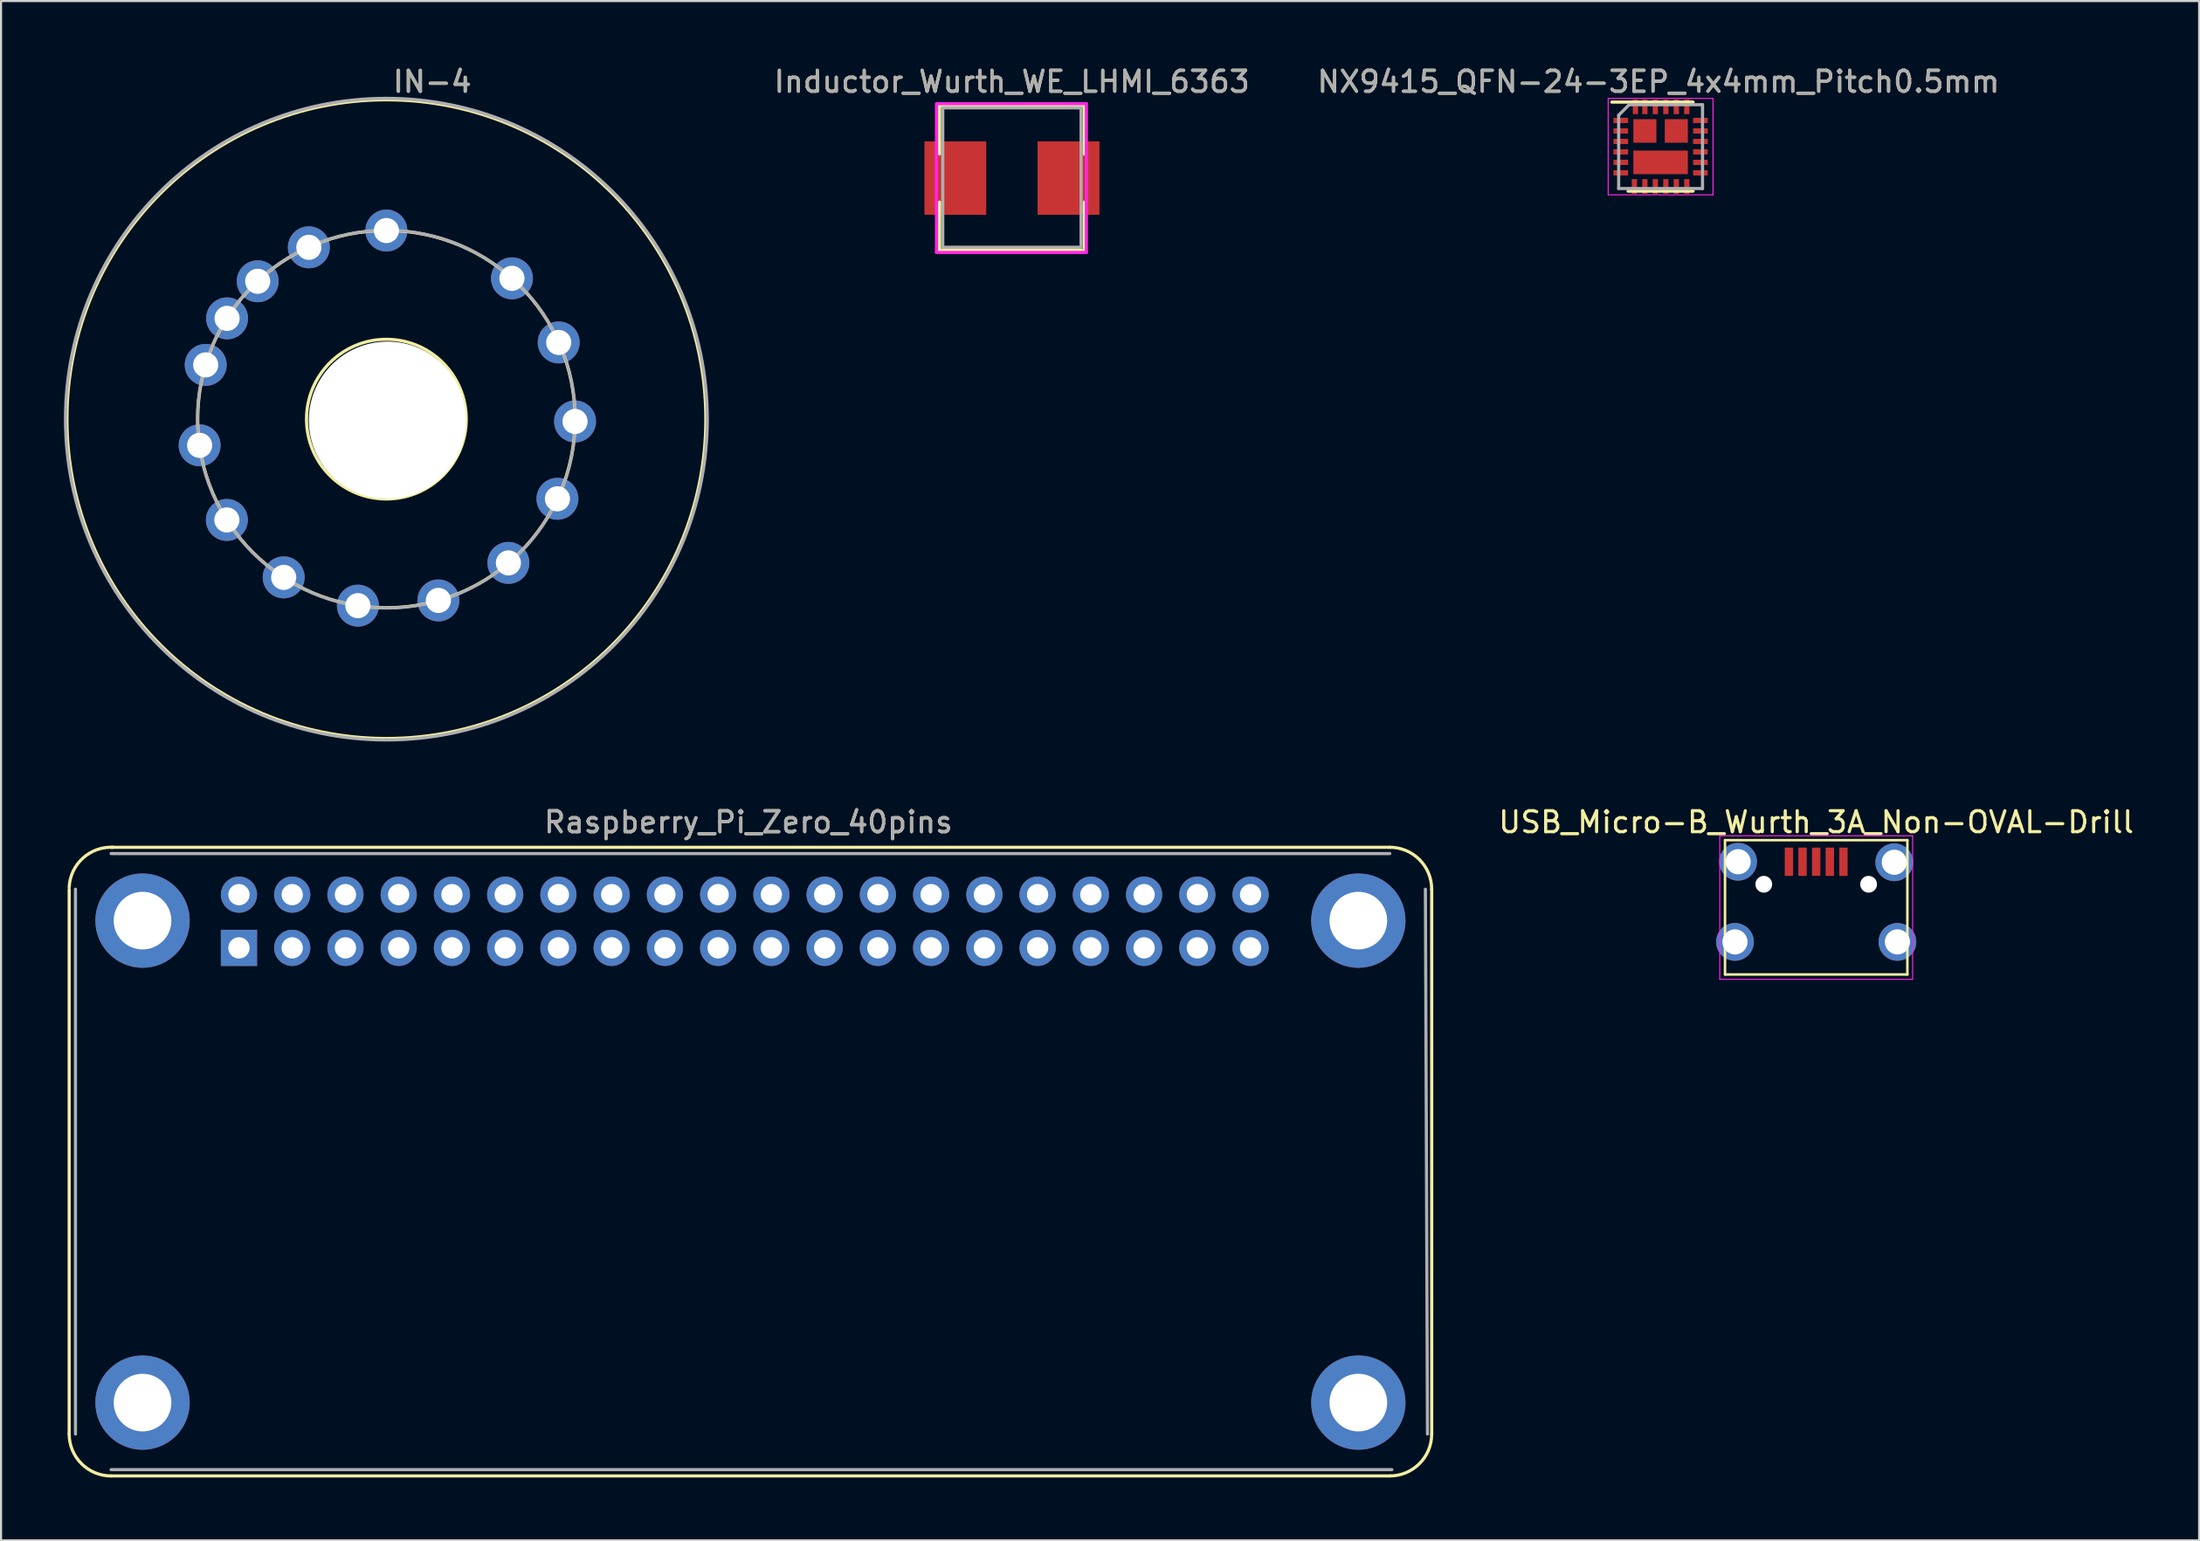
<source format=kicad_pcb>
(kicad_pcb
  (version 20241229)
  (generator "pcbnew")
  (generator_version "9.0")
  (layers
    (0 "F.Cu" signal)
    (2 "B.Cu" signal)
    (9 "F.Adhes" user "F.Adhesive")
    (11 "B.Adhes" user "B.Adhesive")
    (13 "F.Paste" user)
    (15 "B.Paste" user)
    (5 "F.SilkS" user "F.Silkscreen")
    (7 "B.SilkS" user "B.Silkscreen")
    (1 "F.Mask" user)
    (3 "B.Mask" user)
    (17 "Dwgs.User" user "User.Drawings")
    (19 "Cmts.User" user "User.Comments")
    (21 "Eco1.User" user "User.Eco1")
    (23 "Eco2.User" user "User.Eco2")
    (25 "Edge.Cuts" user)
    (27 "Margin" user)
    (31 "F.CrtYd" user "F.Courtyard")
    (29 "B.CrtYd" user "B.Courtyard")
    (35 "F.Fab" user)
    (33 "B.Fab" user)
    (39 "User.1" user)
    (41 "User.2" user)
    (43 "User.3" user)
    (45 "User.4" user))
  (footprint "NX9415_QFN-24-3EP_4x4mm_Pitch0.5mm"
    (layer "F.Cu")
    (at 76.17 3.948)
    (property "Reference" "NX9415_QFN-24-3EP_4x4mm_Pitch0.5mm" (at -0.1 -3.1 0) (layer "F.SilkS") (effects (font (size 1 1) (thickness 0.15))))
    (attr smd)
    (fp_line (start -2.325 -2.125) (end 1.55 -2.125) (stroke (width 0.15) (type solid)) (layer "F.SilkS"))
    (fp_line (start -1.55 2.125) (end 1.55 2.125) (stroke (width 0.15) (type solid)) (layer "F.SilkS"))
    (fp_line (start -2.5 -2.3) (end -2.5 2.3) (stroke (width 0.05) (type solid)) (layer "F.CrtYd"))
    (fp_line (start -2.5 -2.3) (end 2.5 -2.3) (stroke (width 0.05) (type solid)) (layer "F.CrtYd"))
    (fp_line (start -2.5 2.3) (end 2.5 2.3) (stroke (width 0.05) (type solid)) (layer "F.CrtYd"))
    (fp_line (start 2.5 -2.3) (end 2.5 2.3) (stroke (width 0.05) (type solid)) (layer "F.CrtYd"))
    (fp_line (start -2 -1.5) (end -1.5 -2) (stroke (width 0.15) (type solid)) (layer "F.Fab"))
    (fp_line (start -2 2) (end -2 -1.5) (stroke (width 0.15) (type solid)) (layer "F.Fab"))
    (fp_line (start -1.5 -2) (end 2 -2) (stroke (width 0.15) (type solid)) (layer "F.Fab"))
    (fp_line (start 2 -2) (end 2 2) (stroke (width 0.15) (type solid)) (layer "F.Fab"))
    (fp_line (start 2 2) (end -2 2) (stroke (width 0.15) (type solid)) (layer "F.Fab"))
    (fp_text user "" (at 3.5 -3.15 0) (layer "F.SilkS") (effects (font (size 1 1) (thickness 0.15))))
    (fp_text user "${REFERENCE}" (at -0.1 -3.1 0) (layer "F.Fab") (effects (font (size 1 1) (thickness 0.15))))
    (pad "1" smd rect (at -1.9 -1.25) (size 0.7 0.25) (layers "F.Cu" "F.Mask" "F.Paste"))
    (pad "2" smd rect (at -1.9 -0.75) (size 0.7 0.25) (layers "F.Cu" "F.Mask" "F.Paste"))
    (pad "3" smd rect (at -1.9 -0.25) (size 0.7 0.25) (layers "F.Cu" "F.Mask" "F.Paste"))
    (pad "4" smd rect (at -1.9 0.25) (size 0.7 0.25) (layers "F.Cu" "F.Mask" "F.Paste"))
    (pad "5" smd rect (at -1.9 0.75) (size 0.7 0.25) (layers "F.Cu" "F.Mask" "F.Paste"))
    (pad "6" smd rect (at -1.9 1.25) (size 0.7 0.25) (layers "F.Cu" "F.Mask" "F.Paste"))
    (pad "7" smd rect (at -1.25 1.9) (size 0.25 0.7) (layers "F.Cu" "F.Mask" "F.Paste"))
    (pad "8" smd rect (at -0.75 1.9) (size 0.25 0.7) (layers "F.Cu" "F.Mask" "F.Paste"))
    (pad "9" smd rect (at -0.25 1.9) (size 0.25 0.7) (layers "F.Cu" "F.Mask" "F.Paste"))
    (pad "10" smd rect (at 0.25 1.9) (size 0.25 0.7) (layers "F.Cu" "F.Mask" "F.Paste"))
    (pad "11" smd rect (at 0.75 1.9) (size 0.25 0.7) (layers "F.Cu" "F.Mask" "F.Paste"))
    (pad "12" smd rect (at 1.25 1.9) (size 0.25 0.7) (layers "F.Cu" "F.Mask" "F.Paste"))
    (pad "13" smd rect (at 1.9 1.25) (size 0.7 0.25) (layers "F.Cu" "F.Mask" "F.Paste"))
    (pad "14" smd rect (at 1.9 0.75) (size 0.7 0.25) (layers "F.Cu" "F.Mask" "F.Paste"))
    (pad "15" smd rect (at 1.9 0.25) (size 0.7 0.25) (layers "F.Cu" "F.Mask" "F.Paste"))
    (pad "16" smd rect (at 1.9 -0.25) (size 0.7 0.25) (layers "F.Cu" "F.Mask" "F.Paste"))
    (pad "17" smd rect (at 1.9 -0.75) (size 0.7 0.25) (layers "F.Cu" "F.Mask" "F.Paste"))
    (pad "18" smd rect (at 1.9 -1.25) (size 0.7 0.25) (layers "F.Cu" "F.Mask" "F.Paste"))
    (pad "19" smd rect (at 1.25 -1.9) (size 0.25 0.7) (layers "F.Cu" "F.Mask" "F.Paste"))
    (pad "20" smd rect (at 0.75 -1.9) (size 0.25 0.7) (layers "F.Cu" "F.Mask" "F.Paste"))
    (pad "21" smd rect (at 0.25 -1.9) (size 0.25 0.7) (layers "F.Cu" "F.Mask" "F.Paste"))
    (pad "22" smd rect (at -0.25 -1.9) (size 0.25 0.7) (layers "F.Cu" "F.Mask" "F.Paste"))
    (pad "23" smd rect (at -0.75 -1.9) (size 0.25 0.7) (layers "F.Cu" "F.Mask" "F.Paste"))
    (pad "24" smd rect (at -1.2 -1.9) (size 0.25 0.7) (layers "F.Cu" "F.Mask" "F.Paste"))
    (pad "PAD1" smd rect (at 0.75 -0.75) (size 1.1 1.125) (layers "F.Cu" "F.Mask" "F.Paste"))
    (pad "PAD2" smd rect (at -0.75 -0.75) (size 1.1 1.125) (layers "F.Cu" "F.Mask" "F.Paste"))
    (pad "PAD3" smd rect (at 0 0.75) (size 2.6 1.125) (layers "F.Cu" "F.Mask" "F.Paste")))
  (footprint "Inductor_Wurth_WE_LHMI_6363"
    (layer "F.Cu")
    (at 45.225 5.448)
    (property "Reference" "Inductor_Wurth_WE_LHMI_6363" (at 0 -4.6 0) (layer "F.SilkS") (effects (font (size 1 1) (thickness 0.15))))
    (attr smd)
    (fp_line (start -3.5 3.45) (end 0.3 3.45) (stroke (width 0.15) (type solid)) (layer "F.SilkS"))
    (fp_line (start -3.45 -3.45) (end 0.35 -3.45) (stroke (width 0.15) (type solid)) (layer "F.SilkS"))
    (fp_line (start -3.45 -1.15) (end -3.45 -3.45) (stroke (width 0.15) (type solid)) (layer "F.SilkS"))
    (fp_line (start -3.45 1.15) (end -3.45 3.45) (stroke (width 0.15) (type solid)) (layer "F.SilkS"))
    (fp_line (start 3.45 -3.45) (end -0.35 -3.45) (stroke (width 0.15) (type solid)) (layer "F.SilkS"))
    (fp_line (start 3.45 -1.15) (end 3.45 -3.45) (stroke (width 0.15) (type solid)) (layer "F.SilkS"))
    (fp_line (start 3.45 1.15) (end 3.45 3.45) (stroke (width 0.15) (type solid)) (layer "F.SilkS"))
    (fp_line (start 3.45 3.45) (end -0.35 3.45) (stroke (width 0.15) (type solid)) (layer "F.SilkS"))
    (fp_line (start -3.6 -3.55) (end 3.55 -3.55) (stroke (width 0.15) (type solid)) (layer "F.CrtYd"))
    (fp_line (start -3.6 3.55) (end -3.6 -3.5) (stroke (width 0.15) (type solid)) (layer "F.CrtYd"))
    (fp_line (start 3.55 -3.55) (end 3.55 3.55) (stroke (width 0.15) (type solid)) (layer "F.CrtYd"))
    (fp_line (start 3.55 3.55) (end -3.6 3.55) (stroke (width 0.15) (type solid)) (layer "F.CrtYd"))
    (fp_line (start -3.3 -3.3) (end -3.3 3.3) (stroke (width 0.15) (type solid)) (layer "F.Fab"))
    (fp_line (start -3.3 3.3) (end 3.3 3.3) (stroke (width 0.15) (type solid)) (layer "F.Fab"))
    (fp_line (start 3.3 -3.35) (end -3.3 -3.35) (stroke (width 0.15) (type solid)) (layer "F.Fab"))
    (fp_line (start 3.3 -3.3) (end 3.3 3.25) (stroke (width 0.15) (type solid)) (layer "F.Fab"))
    (fp_text user "${REFERENCE}" (at 0 -4.6 0) (layer "F.Fab") (effects (font (size 1 1) (thickness 0.15))))
    (pad "1" smd rect (at -2.7 0) (size 2.95 3.5) (layers "F.Cu" "F.Mask" "F.Paste"))
    (pad "2" smd rect (at 2.7 0) (size 2.95 3.5) (layers "F.Cu" "F.Mask" "F.Paste")))
  (footprint "IN-4"
    (layer "F.Cu")
    (at 15.383 16.952)
    (property "Reference" "IN-4" (at 2.184 -16.104 0) (layer "F.SilkS") (effects (font (size 1 1) (thickness 0.15))))
    (attr through_hole)
    (fp_circle (center 0 0) (end -3.81 0) (stroke (width 0.15) (type solid)) (fill no) (layer "F.SilkS"))
    (fp_circle (center 0 0) (end 0 -9) (stroke (width 0.15) (type solid)) (fill no) (layer "F.SilkS"))
    (fp_circle (center 0 0) (end 15.24 0) (stroke (width 0.15) (type solid)) (fill no) (layer "F.SilkS"))
    (fp_circle (center 0 0) (end 9 0.5) (stroke (width 0.15) (type solid)) (fill no) (layer "F.Fab"))
    (fp_circle (center 0 0) (end 15.3 0.5) (stroke (width 0.15) (type solid)) (fill no) (layer "F.Fab"))
    (fp_text user "${REFERENCE}" (at 2.2 -16.1 0) (layer "F.Fab") (effects (font (size 1 1) (thickness 0.15))))
    (pad "" np_thru_hole circle (at 0.05 0.05) (size 7.5 7.5) (drill 7.5) (layers "*.Cu" "*.Mask"))
    (pad "1" thru_hole circle (at 0 -9 180) (size 2 2) (drill 1.2) (layers "*.Cu" "*.Mask"))
    (pad "2" thru_hole circle (at -3.7 -8.2 180) (size 2 2) (drill 1.2) (layers "*.Cu" "*.Mask"))
    (pad "3" thru_hole circle (at -6.14 -6.58 180) (size 2 2) (drill 1.2) (layers "*.Cu" "*.Mask"))
    (pad "4" thru_hole circle (at -8.62 -2.59 180) (size 2 2) (drill 1.2) (layers "*.Cu" "*.Mask"))
    (pad "5" thru_hole circle (at -8.91 1.25 180) (size 2 2) (drill 1.2) (layers "*.Cu" "*.Mask"))
    (pad "6" thru_hole circle (at -7.61 4.81 180) (size 2 2) (drill 1.2) (layers "*.Cu" "*.Mask"))
    (pad "6" thru_hole circle (at -7.6 -4.81 180) (size 2 2) (drill 1.2) (layers "*.Cu" "*.Mask"))
    (pad "7" thru_hole circle (at -4.9 7.55 180) (size 2 2) (drill 1.2) (layers "*.Cu" "*.Mask"))
    (pad "8" thru_hole circle (at -1.36 8.9 180) (size 2 2) (drill 1.2) (layers "*.Cu" "*.Mask"))
    (pad "9" thru_hole circle (at 2.48 8.65 180) (size 2 2) (drill 1.2) (layers "*.Cu" "*.Mask"))
    (pad "10" thru_hole circle (at 5.82 6.86 180) (size 2 2) (drill 1.2) (layers "*.Cu" "*.Mask"))
    (pad "11" thru_hole circle (at 8.16 3.8 180) (size 2 2) (drill 1.2) (layers "*.Cu" "*.Mask"))
    (pad "12" thru_hole circle (at 9 0.11 180) (size 2 2) (drill 1.2) (layers "*.Cu" "*.Mask"))
    (pad "13" thru_hole circle (at 8.22 -3.66 180) (size 2 2) (drill 1.2) (layers "*.Cu" "*.Mask"))
    (pad "14" thru_hole circle (at 5.99 -6.72 180) (size 2 2) (drill 1.2) (layers "*.Cu" "*.Mask")))
  (footprint "Raspberry_Pi_Zero_40pins"
    (layer "F.Cu")
    (at 0.25 37.383)
    (property "Reference" "Raspberry_Pi_Zero_40pins" (at 32.4 -1.2 0) (layer "F.SilkS") (effects (font (size 1 1) (thickness 0.15))))
    (attr through_hole)
    (fp_line (start 0 2) (end 0 28) (stroke (width 0.15) (type solid)) (layer "F.SilkS"))
    (fp_line (start 2 0) (end 63 0) (stroke (width 0.15) (type solid)) (layer "F.SilkS"))
    (fp_line (start 2 30) (end 63 30) (stroke (width 0.15) (type solid)) (layer "F.SilkS"))
    (fp_line (start 65 2) (end 65 28) (stroke (width 0.15) (type solid)) (layer "F.SilkS"))
    (fp_arc (start 0 1.9) (mid 0.656497 0.515076) (end 2.1 0) (stroke (width 0.15) (type solid)) (layer "F.SilkS"))
    (fp_arc (start 2 30) (mid 0.585786 29.414214) (end 0 28) (stroke (width 0.15) (type solid)) (layer "F.SilkS"))
    (fp_arc (start 63 0) (mid 64.414214 0.585786) (end 65 2) (stroke (width 0.15) (type solid)) (layer "F.SilkS"))
    (fp_arc (start 65 28) (mid 64.414214 29.414214) (end 63 30) (stroke (width 0.15) (type solid)) (layer "F.SilkS"))
    (fp_line (start 0.3 2) (end 0.3 28) (stroke (width 0.15) (type solid)) (layer "F.Fab"))
    (fp_line (start 2 29.7) (end 63.1 29.7) (stroke (width 0.15) (type solid)) (layer "F.Fab"))
    (fp_line (start 63 0.3) (end 2 0.3) (stroke (width 0.15) (type solid)) (layer "F.Fab"))
    (fp_line (start 64.8 28) (end 64.7 2) (stroke (width 0.15) (type solid)) (layer "F.Fab"))
    (fp_text user "${REFERENCE}" (at 32.4 -1.2 0) (layer "F.Fab") (effects (font (size 1 1) (thickness 0.15))))
    (pad "1" thru_hole rect (at 8.1 4.8) (size 1.727 1.727) (drill 1.016) (layers "*.Cu" "*.Mask"))
    (pad "2" thru_hole oval (at 8.1 2.26) (size 1.727 1.727) (drill 1.016) (layers "*.Cu" "*.Mask"))
    (pad "3" thru_hole oval (at 10.64 4.8) (size 1.727 1.727) (drill 1.016) (layers "*.Cu" "*.Mask"))
    (pad "4" thru_hole oval (at 10.64 2.26) (size 1.727 1.727) (drill 1.016) (layers "*.Cu" "*.Mask"))
    (pad "5" thru_hole oval (at 13.18 4.8) (size 1.727 1.727) (drill 1.016) (layers "*.Cu" "*.Mask"))
    (pad "6" thru_hole oval (at 13.18 2.26) (size 1.727 1.727) (drill 1.016) (layers "*.Cu" "*.Mask"))
    (pad "7" thru_hole oval (at 15.72 4.8) (size 1.727 1.727) (drill 1.016) (layers "*.Cu" "*.Mask"))
    (pad "8" thru_hole oval (at 15.72 2.26) (size 1.727 1.727) (drill 1.016) (layers "*.Cu" "*.Mask"))
    (pad "9" thru_hole oval (at 18.26 4.8) (size 1.727 1.727) (drill 1.016) (layers "*.Cu" "*.Mask"))
    (pad "10" thru_hole oval (at 18.26 2.26) (size 1.727 1.727) (drill 1.016) (layers "*.Cu" "*.Mask"))
    (pad "11" thru_hole oval (at 20.8 4.8) (size 1.727 1.727) (drill 1.016) (layers "*.Cu" "*.Mask"))
    (pad "12" thru_hole oval (at 20.8 2.26) (size 1.727 1.727) (drill 1.016) (layers "*.Cu" "*.Mask"))
    (pad "13" thru_hole oval (at 23.34 4.8) (size 1.727 1.727) (drill 1.016) (layers "*.Cu" "*.Mask"))
    (pad "14" thru_hole oval (at 23.34 2.26) (size 1.727 1.727) (drill 1.016) (layers "*.Cu" "*.Mask"))
    (pad "15" thru_hole oval (at 25.88 4.8) (size 1.727 1.727) (drill 1.016) (layers "*.Cu" "*.Mask"))
    (pad "16" thru_hole oval (at 25.88 2.26) (size 1.727 1.727) (drill 1.016) (layers "*.Cu" "*.Mask"))
    (pad "17" thru_hole oval (at 28.42 4.8) (size 1.727 1.727) (drill 1.016) (layers "*.Cu" "*.Mask"))
    (pad "18" thru_hole oval (at 28.42 2.26) (size 1.727 1.727) (drill 1.016) (layers "*.Cu" "*.Mask"))
    (pad "19" thru_hole oval (at 30.96 4.8) (size 1.727 1.727) (drill 1.016) (layers "*.Cu" "*.Mask"))
    (pad "20" thru_hole oval (at 30.96 2.26) (size 1.727 1.727) (drill 1.016) (layers "*.Cu" "*.Mask"))
    (pad "21" thru_hole oval (at 33.5 4.8) (size 1.727 1.727) (drill 1.016) (layers "*.Cu" "*.Mask"))
    (pad "22" thru_hole oval (at 33.5 2.26) (size 1.727 1.727) (drill 1.016) (layers "*.Cu" "*.Mask"))
    (pad "23" thru_hole oval (at 36.04 4.8) (size 1.727 1.727) (drill 1.016) (layers "*.Cu" "*.Mask"))
    (pad "24" thru_hole oval (at 36.04 2.26) (size 1.727 1.727) (drill 1.016) (layers "*.Cu" "*.Mask"))
    (pad "25" thru_hole oval (at 38.58 4.8) (size 1.727 1.727) (drill 1.016) (layers "*.Cu" "*.Mask"))
    (pad "26" thru_hole oval (at 38.58 2.26) (size 1.727 1.727) (drill 1.016) (layers "*.Cu" "*.Mask"))
    (pad "27" thru_hole oval (at 41.12 4.8) (size 1.727 1.727) (drill 1.016) (layers "*.Cu" "*.Mask"))
    (pad "28" thru_hole oval (at 41.12 2.26) (size 1.727 1.727) (drill 1.016) (layers "*.Cu" "*.Mask"))
    (pad "29" thru_hole oval (at 43.66 4.8) (size 1.727 1.727) (drill 1.016) (layers "*.Cu" "*.Mask"))
    (pad "30" thru_hole oval (at 43.66 2.26) (size 1.727 1.727) (drill 1.016) (layers "*.Cu" "*.Mask"))
    (pad "31" thru_hole oval (at 46.2 4.8) (size 1.727 1.727) (drill 1.016) (layers "*.Cu" "*.Mask"))
    (pad "32" thru_hole oval (at 46.2 2.26) (size 1.727 1.727) (drill 1.016) (layers "*.Cu" "*.Mask"))
    (pad "33" thru_hole oval (at 48.74 4.8) (size 1.727 1.727) (drill 1.016) (layers "*.Cu" "*.Mask"))
    (pad "34" thru_hole oval (at 48.74 2.26) (size 1.727 1.727) (drill 1.016) (layers "*.Cu" "*.Mask"))
    (pad "35" thru_hole oval (at 51.28 4.8) (size 1.727 1.727) (drill 1.016) (layers "*.Cu" "*.Mask"))
    (pad "36" thru_hole oval (at 51.28 2.26) (size 1.727 1.727) (drill 1.016) (layers "*.Cu" "*.Mask"))
    (pad "37" thru_hole oval (at 53.82 4.8) (size 1.727 1.727) (drill 1.016) (layers "*.Cu" "*.Mask"))
    (pad "38" thru_hole oval (at 53.82 2.26) (size 1.727 1.727) (drill 1.016) (layers "*.Cu" "*.Mask"))
    (pad "39" thru_hole oval (at 56.36 4.8) (size 1.727 1.727) (drill 1.016) (layers "*.Cu" "*.Mask"))
    (pad "40" thru_hole oval (at 56.36 2.26) (size 1.727 1.727) (drill 1.016) (layers "*.Cu" "*.Mask"))
    (pad "41" thru_hole circle (at 3.5 3.5) (size 4.5 4.5) (drill 2.75) (layers "*.Cu" "*.Mask"))
    (pad "42" thru_hole circle (at 3.5 26.5) (size 4.5 4.5) (drill 2.75) (layers "*.Cu" "*.Mask"))
    (pad "43" thru_hole circle (at 61.5 26.5) (size 4.5 4.5) (drill 2.75) (layers "*.Cu" "*.Mask"))
    (pad "44" thru_hole circle (at 61.5 3.5) (size 4.5 4.5) (drill 2.75) (layers "*.Cu" "*.Mask")))
  (footprint "USB_Micro-B_Wurth_3A_Non-OVAL-Drill"
    (layer "F.Cu")
    (at 83.593 39.423)
    (property "Reference" "USB_Micro-B_Wurth_3A_Non-OVAL-Drill" (at 0 -3.24 0) (layer "F.SilkS") (effects (font (size 1 1) (thickness 0.15))))
    (attr smd)
    (fp_line (start -4.35 -2.38) (end 4.35 -2.38) (stroke (width 0.12) (type solid)) (layer "F.SilkS"))
    (fp_line (start -4.35 4.03) (end -4.35 -2.38) (stroke (width 0.12) (type solid)) (layer "F.SilkS"))
    (fp_line (start -4.35 4.03) (end 4.35 4.03) (stroke (width 0.12) (type solid)) (layer "F.SilkS"))
    (fp_line (start 4.35 -2.38) (end 4.35 4.03) (stroke (width 0.12) (type solid)) (layer "F.SilkS"))
    (fp_line (start -4.6 -2.59) (end 4.6 -2.59) (stroke (width 0.05) (type solid)) (layer "F.CrtYd"))
    (fp_line (start -4.6 4.26) (end -4.6 -2.59) (stroke (width 0.05) (type solid)) (layer "F.CrtYd"))
    (fp_line (start 4.6 -2.59) (end 4.6 4.26) (stroke (width 0.05) (type solid)) (layer "F.CrtYd"))
    (fp_line (start 4.6 4.26) (end -4.6 4.26) (stroke (width 0.05) (type solid)) (layer "F.CrtYd"))
    (pad "" np_thru_hole circle (at -2.5 -0.275) (size 0.8 0.8) (drill 0.8) (layers "*.Cu"))
    (pad "" np_thru_hole circle (at 2.5 -0.275) (size 0.8 0.8) (drill 0.8) (layers "*.Cu"))
    (pad "1" smd rect (at -1.3 -1.35 90) (size 1.35 0.4) (layers "F.Cu" "F.Mask" "F.Paste"))
    (pad "2" smd rect (at -0.65 -1.35 90) (size 1.35 0.4) (layers "F.Cu" "F.Mask" "F.Paste"))
    (pad "3" smd rect (at 0 -1.35 90) (size 1.35 0.4) (layers "F.Cu" "F.Mask" "F.Paste"))
    (pad "4" smd rect (at 0.65 -1.35 90) (size 1.35 0.4) (layers "F.Cu" "F.Mask" "F.Paste"))
    (pad "5" smd rect (at 1.3 -1.35 90) (size 1.35 0.4) (layers "F.Cu" "F.Mask" "F.Paste"))
    (pad "6" thru_hole circle (at -3.875 2.475 90) (size 1.8 1.8) (drill 1.2) (layers "*.Cu" "*.Mask"))
    (pad "6" thru_hole circle (at -3.725 -1.35 90) (size 1.8 1.8) (drill 1.2) (layers "*.Cu" "*.Mask"))
    (pad "6" thru_hole circle (at 3.725 -1.325 90) (size 1.8 1.8) (drill 1.2) (layers "*.Cu" "*.Mask"))
    (pad "6" thru_hole circle (at 3.875 2.475 90) (size 1.8 1.8) (drill 1.2) (layers "*.Cu" "*.Mask")))
  (gr_rect
    (start -3 -3)
    (end 101.861 70.458)
    (stroke (width 0.1) (type default))
    (fill no)
    (layer "Edge.Cuts")))
</source>
